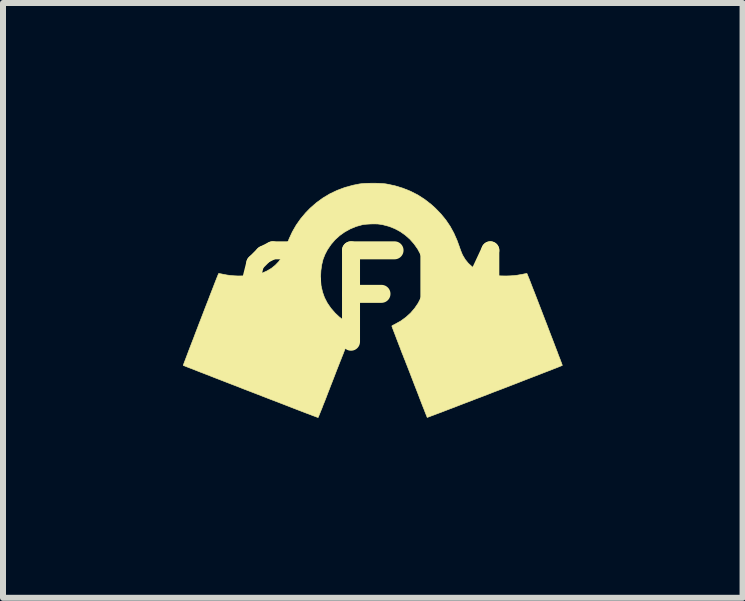
<source format=kicad_pcb>
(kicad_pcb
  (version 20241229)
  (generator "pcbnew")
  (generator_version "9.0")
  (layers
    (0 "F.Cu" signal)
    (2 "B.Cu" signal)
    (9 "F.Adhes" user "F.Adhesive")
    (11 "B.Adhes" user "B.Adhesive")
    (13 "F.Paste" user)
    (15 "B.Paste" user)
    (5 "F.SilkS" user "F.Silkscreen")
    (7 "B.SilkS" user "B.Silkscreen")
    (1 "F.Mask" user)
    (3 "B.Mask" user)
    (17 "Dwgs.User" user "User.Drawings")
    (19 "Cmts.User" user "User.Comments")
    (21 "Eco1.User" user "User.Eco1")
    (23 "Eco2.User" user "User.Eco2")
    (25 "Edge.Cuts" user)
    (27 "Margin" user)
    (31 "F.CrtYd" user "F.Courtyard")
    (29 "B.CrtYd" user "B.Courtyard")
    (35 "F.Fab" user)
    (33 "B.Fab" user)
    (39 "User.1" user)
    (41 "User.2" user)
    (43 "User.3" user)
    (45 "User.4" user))
  (footprint "OFM"
    (layer "F.Cu")
    (at 3.165 1.958)
    (property "Reference" "OFM" (at 0 0 0) (layer "F.SilkS") (effects (font (size 1.524 1.524) (thickness 0.3))))
    (attr through_hole)
    (fp_poly (pts (xy 0.044 -1.953) (xy 0.103 -1.951) (xy 0.157 -1.948) (xy 0.204 -1.944) (xy 0.225 -1.941) (xy 0.366 -1.912) (xy 0.5 -1.871) (xy 0.628 -1.82) (xy 0.75 -1.758) (xy 0.865 -1.684) (xy 0.973 -1.6) (xy 1.042 -1.538) (xy 1.135 -1.442) (xy 1.217 -1.342) (xy 1.289 -1.236) (xy 1.351 -1.123) (xy 1.404 -1.003) (xy 1.442 -0.899) (xy 1.455 -0.861) (xy 1.469 -0.823) (xy 1.483 -0.788) (xy 1.495 -0.76) (xy 1.499 -0.752) (xy 1.541 -0.682) (xy 1.593 -0.618) (xy 1.655 -0.562) (xy 1.725 -0.513) (xy 1.803 -0.473) (xy 1.862 -0.451) (xy 1.908 -0.437) (xy 1.951 -0.427) (xy 1.995 -0.419) (xy 2.044 -0.414) (xy 2.099 -0.41) (xy 2.151 -0.408) (xy 2.225 -0.407) (xy 2.29 -0.409) (xy 2.35 -0.413) (xy 2.41 -0.42) (xy 2.472 -0.431) (xy 2.495 -0.435) (xy 2.523 -0.441) (xy 2.547 -0.445) (xy 2.564 -0.448) (xy 2.57 -0.448) (xy 2.573 -0.441) (xy 2.58 -0.424) (xy 2.591 -0.396) (xy 2.606 -0.36) (xy 2.624 -0.314) (xy 2.644 -0.262) (xy 2.667 -0.202) (xy 2.693 -0.137) (xy 2.72 -0.067) (xy 2.749 0.008) (xy 2.779 0.086) (xy 2.81 0.166) (xy 2.841 0.247) (xy 2.873 0.33) (xy 2.905 0.412) (xy 2.936 0.494) (xy 2.966 0.573) (xy 2.996 0.65) (xy 3.024 0.723) (xy 3.05 0.792) (xy 3.075 0.856) (xy 3.096 0.914) (xy 3.116 0.964) (xy 3.132 1.007) (xy 3.145 1.041) (xy 3.154 1.066) (xy 3.159 1.08) (xy 3.16 1.084) (xy 3.153 1.087) (xy 3.136 1.094) (xy 3.107 1.106) (xy 3.07 1.121) (xy 3.023 1.139) (xy 2.968 1.161) (xy 2.905 1.185) (xy 2.835 1.212) (xy 2.759 1.242) (xy 2.678 1.273) (xy 2.592 1.306) (xy 2.502 1.341) (xy 2.408 1.378) (xy 2.312 1.415) (xy 2.214 1.453) (xy 2.115 1.491) (xy 2.014 1.529) (xy 1.915 1.568) (xy 1.816 1.606) (xy 1.718 1.643) (xy 1.623 1.68) (xy 1.53 1.715) (xy 1.442 1.749) (xy 1.358 1.782) (xy 1.278 1.812) (xy 1.205 1.84) (xy 1.138 1.866) (xy 1.078 1.888) (xy 1.026 1.908) (xy 0.982 1.924) (xy 0.948 1.937) (xy 0.924 1.946) (xy 0.911 1.951) (xy 0.908 1.951) (xy 0.905 1.945) (xy 0.898 1.927) (xy 0.887 1.9) (xy 0.872 1.863) (xy 0.855 1.818) (xy 0.834 1.766) (xy 0.811 1.707) (xy 0.786 1.642) (xy 0.76 1.573) (xy 0.732 1.501) (xy 0.721 1.473) (xy 0.692 1.399) (xy 0.665 1.328) (xy 0.639 1.261) (xy 0.615 1.198) (xy 0.593 1.142) (xy 0.574 1.093) (xy 0.557 1.051) (xy 0.545 1.019) (xy 0.536 0.995) (xy 0.53 0.983) (xy 0.53 0.981) (xy 0.525 0.97) (xy 0.517 0.949) (xy 0.506 0.92) (xy 0.491 0.884) (xy 0.475 0.842) (xy 0.458 0.796) (xy 0.439 0.748) (xy 0.42 0.698) (xy 0.401 0.649) (xy 0.383 0.601) (xy 0.366 0.556) (xy 0.35 0.515) (xy 0.337 0.481) (xy 0.327 0.454) (xy 0.32 0.435) (xy 0.318 0.427) (xy 0.318 0.427) (xy 0.323 0.422) (xy 0.337 0.414) (xy 0.359 0.403) (xy 0.376 0.394) (xy 0.469 0.342) (xy 0.554 0.28) (xy 0.631 0.21) (xy 0.698 0.132) (xy 0.756 0.047) (xy 0.803 -0.045) (xy 0.832 -0.119) (xy 0.852 -0.194) (xy 0.865 -0.277) (xy 0.87 -0.364) (xy 0.869 -0.452) (xy 0.86 -0.54) (xy 0.845 -0.624) (xy 0.823 -0.702) (xy 0.799 -0.762) (xy 0.749 -0.856) (xy 0.688 -0.942) (xy 0.619 -1.02) (xy 0.542 -1.088) (xy 0.458 -1.147) (xy 0.367 -1.196) (xy 0.271 -1.234) (xy 0.169 -1.261) (xy 0.115 -1.27) (xy 0.081 -1.274) (xy 0.038 -1.275) (xy -0.009 -1.275) (xy -0.058 -1.273) (xy -0.105 -1.27) (xy -0.145 -1.266) (xy -0.175 -1.261) (xy -0.279 -1.232) (xy -0.377 -1.191) (xy -0.469 -1.14) (xy -0.553 -1.08) (xy -0.63 -1.01) (xy -0.698 -0.93) (xy -0.757 -0.843) (xy -0.797 -0.766) (xy -0.829 -0.685) (xy -0.851 -0.595) (xy -0.865 -0.497) (xy -0.87 -0.39) (xy -0.87 -0.387) (xy -0.869 -0.347) (xy -0.867 -0.306) (xy -0.864 -0.268) (xy -0.861 -0.238) (xy -0.86 -0.237) (xy -0.838 -0.14) (xy -0.805 -0.047) (xy -0.759 0.042) (xy -0.701 0.127) (xy -0.632 0.207) (xy -0.619 0.22) (xy -0.56 0.275) (xy -0.5 0.322) (xy -0.434 0.363) (xy -0.376 0.394) (xy -0.351 0.406) (xy -0.332 0.417) (xy -0.32 0.424) (xy -0.318 0.427) (xy -0.32 0.433) (xy -0.326 0.45) (xy -0.336 0.476) (xy -0.348 0.51) (xy -0.363 0.549) (xy -0.38 0.594) (xy -0.398 0.641) (xy -0.417 0.69) (xy -0.436 0.74) (xy -0.454 0.788) (xy -0.472 0.834) (xy -0.488 0.876) (xy -0.502 0.912) (xy -0.514 0.941) (xy -0.522 0.962) (xy -0.527 0.974) (xy -0.527 0.975) (xy -0.53 0.983) (xy -0.538 1.001) (xy -0.549 1.03) (xy -0.564 1.068) (xy -0.582 1.114) (xy -0.603 1.167) (xy -0.626 1.227) (xy -0.651 1.292) (xy -0.678 1.362) (xy -0.707 1.435) (xy -0.72 1.47) (xy -0.749 1.544) (xy -0.776 1.615) (xy -0.802 1.682) (xy -0.827 1.743) (xy -0.848 1.799) (xy -0.868 1.847) (xy -0.884 1.887) (xy -0.897 1.919) (xy -0.906 1.941) (xy -0.911 1.952) (xy -0.912 1.953) (xy -0.918 1.951) (xy -0.936 1.945) (xy -0.964 1.934) (xy -1.003 1.92) (xy -1.051 1.901) (xy -1.108 1.88) (xy -1.173 1.855) (xy -1.246 1.827) (xy -1.326 1.796) (xy -1.413 1.762) (xy -1.506 1.726) (xy -1.604 1.688) (xy -1.707 1.649) (xy -1.815 1.607) (xy -1.926 1.564) (xy -2.037 1.521) (xy -2.152 1.477) (xy -2.263 1.433) (xy -2.37 1.392) (xy -2.473 1.352) (xy -2.571 1.314) (xy -2.664 1.278) (xy -2.75 1.244) (xy -2.83 1.213) (xy -2.903 1.185) (xy -2.968 1.159) (xy -3.024 1.137) (xy -3.072 1.119) (xy -3.11 1.104) (xy -3.137 1.093) (xy -3.154 1.086) (xy -3.16 1.084) (xy -3.158 1.078) (xy -3.152 1.06) (xy -3.142 1.033) (xy -3.128 0.997) (xy -3.111 0.952) (xy -3.091 0.899) (xy -3.069 0.84) (xy -3.044 0.775) (xy -3.017 0.705) (xy -2.988 0.631) (xy -2.959 0.553) (xy -2.928 0.473) (xy -2.897 0.391) (xy -2.865 0.309) (xy -2.833 0.226) (xy -2.802 0.145) (xy -2.771 0.065) (xy -2.741 -0.011) (xy -2.713 -0.085) (xy -2.686 -0.154) (xy -2.661 -0.218) (xy -2.639 -0.276) (xy -2.619 -0.327) (xy -2.602 -0.37) (xy -2.588 -0.404) (xy -2.578 -0.429) (xy -2.572 -0.444) (xy -2.57 -0.448) (xy -2.564 -0.448) (xy -2.547 -0.445) (xy -2.523 -0.441) (xy -2.495 -0.435) (xy -2.431 -0.423) (xy -2.371 -0.415) (xy -2.311 -0.41) (xy -2.248 -0.407) (xy -2.178 -0.408) (xy -2.151 -0.408) (xy -2.073 -0.412) (xy -2.005 -0.418) (xy -1.944 -0.428) (xy -1.887 -0.442) (xy -1.832 -0.461) (xy -1.777 -0.485) (xy -1.762 -0.492) (xy -1.691 -0.534) (xy -1.626 -0.586) (xy -1.569 -0.645) (xy -1.521 -0.712) (xy -1.499 -0.752) (xy -1.487 -0.777) (xy -1.474 -0.81) (xy -1.46 -0.848) (xy -1.446 -0.887) (xy -1.442 -0.899) (xy -1.395 -1.027) (xy -1.34 -1.145) (xy -1.276 -1.256) (xy -1.203 -1.36) (xy -1.119 -1.46) (xy -1.044 -1.537) (xy -0.94 -1.628) (xy -0.83 -1.708) (xy -0.713 -1.778) (xy -0.59 -1.836) (xy -0.461 -1.884) (xy -0.324 -1.921) (xy -0.224 -1.941) (xy -0.184 -1.946) (xy -0.134 -1.95) (xy -0.078 -1.952) (xy -0.017 -1.953) (xy 0.044 -1.953)) (stroke (width 0.01) (type solid)) (fill yes) (layer "F.SilkS")))
  (gr_rect
    (start -3 -3)
    (end 9.33 6.917)
    (stroke (width 0.1) (type default))
    (fill no)
    (layer "Edge.Cuts")))
</source>
